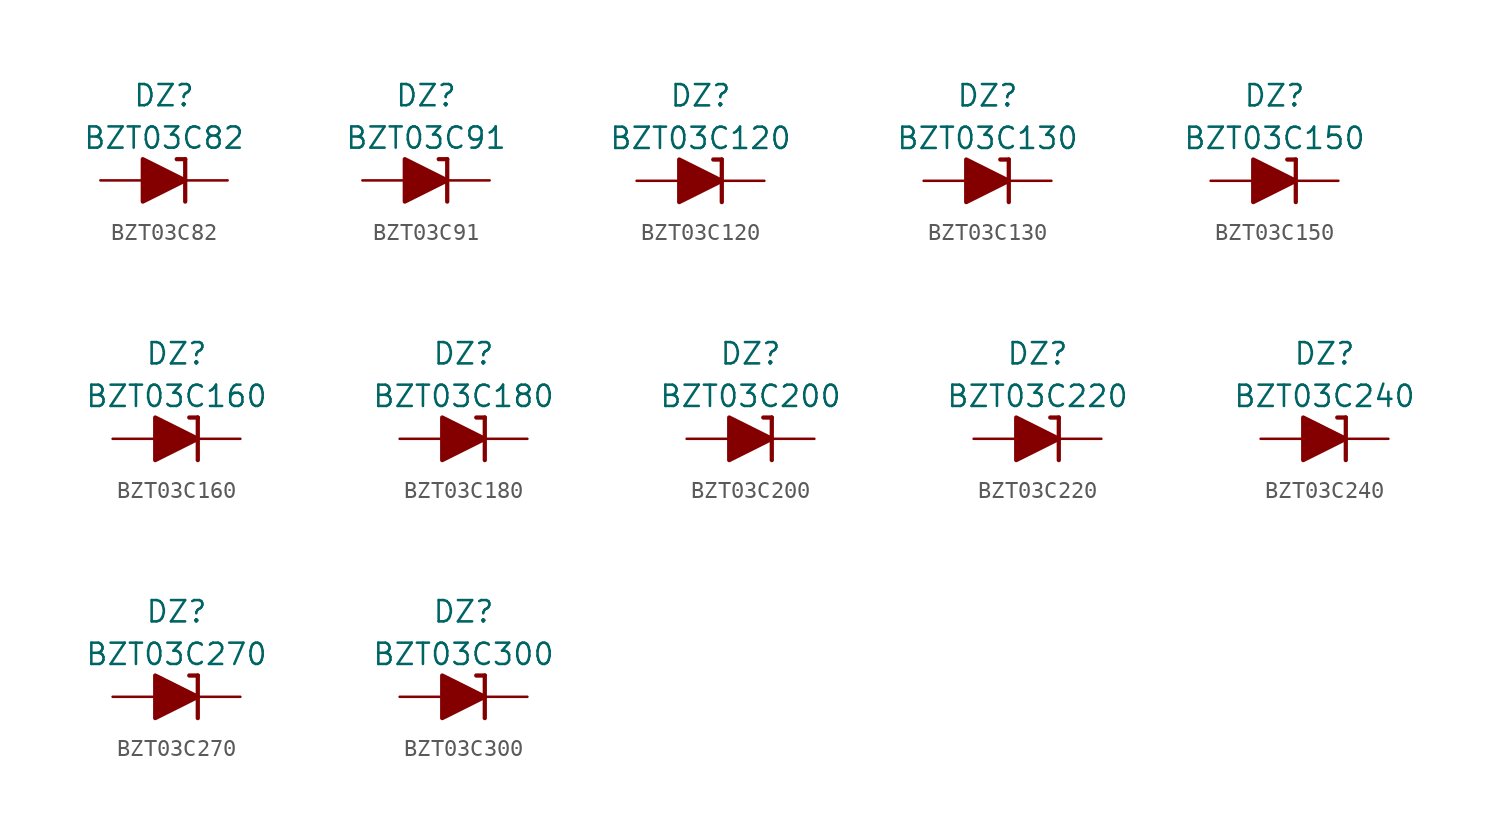
<source format=kicad_sym>
(kicad_symbol_lib
  (version 20211014)
  (generator kicad_symbol_editor)
  (symbol "BZT03C82"
    (pin_numbers hide)
    (pin_names
      (offset 1.016) hide)
    (property "Reference" "DZ"
      (at 0 5.08 0)
      (effects (font (size 1.27 1.27))))
    (property "Value" "BZT03C82"
      (at 0 2.54 0)
      (effects (font (size 1.27 1.27))))
    (symbol "BZT03C82_0_1"
      (polyline (pts (xy -1.27 0) (xy 1.27 0)) (stroke (width 0) (type default) (color 0 0 0 0)) (fill (type none)))
      (polyline (pts (xy 1.27 1.27) (xy 0.762 1.27)) (stroke (width 0.254) (type default) (color 0 0 0 0)) (fill (type none)))
      (polyline (pts (xy 1.27 1.27) (xy 1.27 -1.27)) (stroke (width 0.254) (type default) (color 0 0 0 0)) (fill (type none)))
      (polyline (pts (xy -1.27 -1.27) (xy -1.27 1.27) (xy 1.27 0) (xy -1.27 -1.27)) (stroke (width 0.254) (type default) (color 0 0 0 0)) (fill (type outline))))
    (symbol "BZT03C82_1_1"
      (pin passive line (at 3.81 0 180) (length 2.54) (name "K" (effects (font (size 1.27 1.27)))) (number "1" (effects (font (size 1.27 1.27)))))
      (pin passive line (at -3.81 0 0) (length 2.54) (name "A" (effects (font (size 1.27 1.27)))) (number "2" (effects (font (size 1.27 1.27)))))))
  (symbol "BZT03C91"
    (pin_numbers hide)
    (pin_names
      (offset 1.016) hide)
    (property "Reference" "DZ"
      (at 0 5.08 0)
      (effects (font (size 1.27 1.27))))
    (property "Value" "BZT03C91"
      (at 0 2.54 0)
      (effects (font (size 1.27 1.27))))
    (symbol "BZT03C91_0_1"
      (polyline (pts (xy -1.27 0) (xy 1.27 0)) (stroke (width 0) (type default) (color 0 0 0 0)) (fill (type none)))
      (polyline (pts (xy 1.27 1.27) (xy 0.762 1.27)) (stroke (width 0.254) (type default) (color 0 0 0 0)) (fill (type none)))
      (polyline (pts (xy 1.27 1.27) (xy 1.27 -1.27)) (stroke (width 0.254) (type default) (color 0 0 0 0)) (fill (type none)))
      (polyline (pts (xy -1.27 -1.27) (xy -1.27 1.27) (xy 1.27 0) (xy -1.27 -1.27)) (stroke (width 0.254) (type default) (color 0 0 0 0)) (fill (type outline))))
    (symbol "BZT03C91_1_1"
      (pin passive line (at 3.81 0 180) (length 2.54) (name "K" (effects (font (size 1.27 1.27)))) (number "1" (effects (font (size 1.27 1.27)))))
      (pin passive line (at -3.81 0 0) (length 2.54) (name "A" (effects (font (size 1.27 1.27)))) (number "2" (effects (font (size 1.27 1.27)))))))
  (symbol "BZT03C120"
    (pin_numbers hide)
    (pin_names
      (offset 1.016) hide)
    (property "Reference" "DZ"
      (at 0 5.08 0)
      (effects (font (size 1.27 1.27))))
    (property "Value" "BZT03C120"
      (at 0 2.54 0)
      (effects (font (size 1.27 1.27))))
    (symbol "BZT03C120_0_1"
      (polyline (pts (xy -1.27 0) (xy 1.27 0)) (stroke (width 0) (type default) (color 0 0 0 0)) (fill (type none)))
      (polyline (pts (xy 1.27 1.27) (xy 0.762 1.27)) (stroke (width 0.254) (type default) (color 0 0 0 0)) (fill (type none)))
      (polyline (pts (xy 1.27 1.27) (xy 1.27 -1.27)) (stroke (width 0.254) (type default) (color 0 0 0 0)) (fill (type none)))
      (polyline (pts (xy -1.27 -1.27) (xy -1.27 1.27) (xy 1.27 0) (xy -1.27 -1.27)) (stroke (width 0.254) (type default) (color 0 0 0 0)) (fill (type outline))))
    (symbol "BZT03C120_1_1"
      (pin passive line (at 3.81 0 180) (length 2.54) (name "K" (effects (font (size 1.27 1.27)))) (number "1" (effects (font (size 1.27 1.27)))))
      (pin passive line (at -3.81 0 0) (length 2.54) (name "A" (effects (font (size 1.27 1.27)))) (number "2" (effects (font (size 1.27 1.27)))))))
  (symbol "BZT03C130"
    (pin_numbers hide)
    (pin_names
      (offset 1.016) hide)
    (property "Reference" "DZ"
      (at 0 5.08 0)
      (effects (font (size 1.27 1.27))))
    (property "Value" "BZT03C130"
      (at 0 2.54 0)
      (effects (font (size 1.27 1.27))))
    (symbol "BZT03C130_0_1"
      (polyline (pts (xy -1.27 0) (xy 1.27 0)) (stroke (width 0) (type default) (color 0 0 0 0)) (fill (type none)))
      (polyline (pts (xy 1.27 1.27) (xy 0.762 1.27)) (stroke (width 0.254) (type default) (color 0 0 0 0)) (fill (type none)))
      (polyline (pts (xy 1.27 1.27) (xy 1.27 -1.27)) (stroke (width 0.254) (type default) (color 0 0 0 0)) (fill (type none)))
      (polyline (pts (xy -1.27 -1.27) (xy -1.27 1.27) (xy 1.27 0) (xy -1.27 -1.27)) (stroke (width 0.254) (type default) (color 0 0 0 0)) (fill (type outline))))
    (symbol "BZT03C130_1_1"
      (pin passive line (at 3.81 0 180) (length 2.54) (name "K" (effects (font (size 1.27 1.27)))) (number "1" (effects (font (size 1.27 1.27)))))
      (pin passive line (at -3.81 0 0) (length 2.54) (name "A" (effects (font (size 1.27 1.27)))) (number "2" (effects (font (size 1.27 1.27)))))))
  (symbol "BZT03C150"
    (pin_numbers hide)
    (pin_names
      (offset 1.016) hide)
    (property "Reference" "DZ"
      (at 0 5.08 0)
      (effects (font (size 1.27 1.27))))
    (property "Value" "BZT03C150"
      (at 0 2.54 0)
      (effects (font (size 1.27 1.27))))
    (symbol "BZT03C150_0_1"
      (polyline (pts (xy -1.27 0) (xy 1.27 0)) (stroke (width 0) (type default) (color 0 0 0 0)) (fill (type none)))
      (polyline (pts (xy 1.27 1.27) (xy 0.762 1.27)) (stroke (width 0.254) (type default) (color 0 0 0 0)) (fill (type none)))
      (polyline (pts (xy 1.27 1.27) (xy 1.27 -1.27)) (stroke (width 0.254) (type default) (color 0 0 0 0)) (fill (type none)))
      (polyline (pts (xy -1.27 -1.27) (xy -1.27 1.27) (xy 1.27 0) (xy -1.27 -1.27)) (stroke (width 0.254) (type default) (color 0 0 0 0)) (fill (type outline))))
    (symbol "BZT03C150_1_1"
      (pin passive line (at 3.81 0 180) (length 2.54) (name "K" (effects (font (size 1.27 1.27)))) (number "1" (effects (font (size 1.27 1.27)))))
      (pin passive line (at -3.81 0 0) (length 2.54) (name "A" (effects (font (size 1.27 1.27)))) (number "2" (effects (font (size 1.27 1.27)))))))
  (symbol "BZT03C160"
    (pin_numbers hide)
    (pin_names
      (offset 1.016) hide)
    (property "Reference" "DZ"
      (at 0 5.08 0)
      (effects (font (size 1.27 1.27))))
    (property "Value" "BZT03C160"
      (at 0 2.54 0)
      (effects (font (size 1.27 1.27))))
    (symbol "BZT03C160_0_1"
      (polyline (pts (xy -1.27 0) (xy 1.27 0)) (stroke (width 0) (type default) (color 0 0 0 0)) (fill (type none)))
      (polyline (pts (xy 1.27 1.27) (xy 0.762 1.27)) (stroke (width 0.254) (type default) (color 0 0 0 0)) (fill (type none)))
      (polyline (pts (xy 1.27 1.27) (xy 1.27 -1.27)) (stroke (width 0.254) (type default) (color 0 0 0 0)) (fill (type none)))
      (polyline (pts (xy -1.27 -1.27) (xy -1.27 1.27) (xy 1.27 0) (xy -1.27 -1.27)) (stroke (width 0.254) (type default) (color 0 0 0 0)) (fill (type outline))))
    (symbol "BZT03C160_1_1"
      (pin passive line (at 3.81 0 180) (length 2.54) (name "K" (effects (font (size 1.27 1.27)))) (number "1" (effects (font (size 1.27 1.27)))))
      (pin passive line (at -3.81 0 0) (length 2.54) (name "A" (effects (font (size 1.27 1.27)))) (number "2" (effects (font (size 1.27 1.27)))))))
  (symbol "BZT03C180"
    (pin_numbers hide)
    (pin_names
      (offset 1.016) hide)
    (property "Reference" "DZ"
      (at 0 5.08 0)
      (effects (font (size 1.27 1.27))))
    (property "Value" "BZT03C180"
      (at 0 2.54 0)
      (effects (font (size 1.27 1.27))))
    (symbol "BZT03C180_0_1"
      (polyline (pts (xy -1.27 0) (xy 1.27 0)) (stroke (width 0) (type default) (color 0 0 0 0)) (fill (type none)))
      (polyline (pts (xy 1.27 1.27) (xy 0.762 1.27)) (stroke (width 0.254) (type default) (color 0 0 0 0)) (fill (type none)))
      (polyline (pts (xy 1.27 1.27) (xy 1.27 -1.27)) (stroke (width 0.254) (type default) (color 0 0 0 0)) (fill (type none)))
      (polyline (pts (xy -1.27 -1.27) (xy -1.27 1.27) (xy 1.27 0) (xy -1.27 -1.27)) (stroke (width 0.254) (type default) (color 0 0 0 0)) (fill (type outline))))
    (symbol "BZT03C180_1_1"
      (pin passive line (at 3.81 0 180) (length 2.54) (name "K" (effects (font (size 1.27 1.27)))) (number "1" (effects (font (size 1.27 1.27)))))
      (pin passive line (at -3.81 0 0) (length 2.54) (name "A" (effects (font (size 1.27 1.27)))) (number "2" (effects (font (size 1.27 1.27)))))))
  (symbol "BZT03C200"
    (pin_numbers hide)
    (pin_names
      (offset 1.016) hide)
    (property "Reference" "DZ"
      (at 0 5.08 0)
      (effects (font (size 1.27 1.27))))
    (property "Value" "BZT03C200"
      (at 0 2.54 0)
      (effects (font (size 1.27 1.27))))
    (symbol "BZT03C200_0_1"
      (polyline (pts (xy -1.27 0) (xy 1.27 0)) (stroke (width 0) (type default) (color 0 0 0 0)) (fill (type none)))
      (polyline (pts (xy 1.27 1.27) (xy 0.762 1.27)) (stroke (width 0.254) (type default) (color 0 0 0 0)) (fill (type none)))
      (polyline (pts (xy 1.27 1.27) (xy 1.27 -1.27)) (stroke (width 0.254) (type default) (color 0 0 0 0)) (fill (type none)))
      (polyline (pts (xy -1.27 -1.27) (xy -1.27 1.27) (xy 1.27 0) (xy -1.27 -1.27)) (stroke (width 0.254) (type default) (color 0 0 0 0)) (fill (type outline))))
    (symbol "BZT03C200_1_1"
      (pin passive line (at 3.81 0 180) (length 2.54) (name "K" (effects (font (size 1.27 1.27)))) (number "1" (effects (font (size 1.27 1.27)))))
      (pin passive line (at -3.81 0 0) (length 2.54) (name "A" (effects (font (size 1.27 1.27)))) (number "2" (effects (font (size 1.27 1.27)))))))
  (symbol "BZT03C220"
    (pin_numbers hide)
    (pin_names
      (offset 1.016) hide)
    (property "Reference" "DZ"
      (at 0 5.08 0)
      (effects (font (size 1.27 1.27))))
    (property "Value" "BZT03C220"
      (at 0 2.54 0)
      (effects (font (size 1.27 1.27))))
    (symbol "BZT03C220_0_1"
      (polyline (pts (xy -1.27 0) (xy 1.27 0)) (stroke (width 0) (type default) (color 0 0 0 0)) (fill (type none)))
      (polyline (pts (xy 1.27 1.27) (xy 0.762 1.27)) (stroke (width 0.254) (type default) (color 0 0 0 0)) (fill (type none)))
      (polyline (pts (xy 1.27 1.27) (xy 1.27 -1.27)) (stroke (width 0.254) (type default) (color 0 0 0 0)) (fill (type none)))
      (polyline (pts (xy -1.27 -1.27) (xy -1.27 1.27) (xy 1.27 0) (xy -1.27 -1.27)) (stroke (width 0.254) (type default) (color 0 0 0 0)) (fill (type outline))))
    (symbol "BZT03C220_1_1"
      (pin passive line (at 3.81 0 180) (length 2.54) (name "K" (effects (font (size 1.27 1.27)))) (number "1" (effects (font (size 1.27 1.27)))))
      (pin passive line (at -3.81 0 0) (length 2.54) (name "A" (effects (font (size 1.27 1.27)))) (number "2" (effects (font (size 1.27 1.27)))))))
  (symbol "BZT03C240"
    (pin_numbers hide)
    (pin_names
      (offset 1.016) hide)
    (property "Reference" "DZ"
      (at 0 5.08 0)
      (effects (font (size 1.27 1.27))))
    (property "Value" "BZT03C240"
      (at 0 2.54 0)
      (effects (font (size 1.27 1.27))))
    (symbol "BZT03C240_0_1"
      (polyline (pts (xy -1.27 0) (xy 1.27 0)) (stroke (width 0) (type default) (color 0 0 0 0)) (fill (type none)))
      (polyline (pts (xy 1.27 1.27) (xy 0.762 1.27)) (stroke (width 0.254) (type default) (color 0 0 0 0)) (fill (type none)))
      (polyline (pts (xy 1.27 1.27) (xy 1.27 -1.27)) (stroke (width 0.254) (type default) (color 0 0 0 0)) (fill (type none)))
      (polyline (pts (xy -1.27 -1.27) (xy -1.27 1.27) (xy 1.27 0) (xy -1.27 -1.27)) (stroke (width 0.254) (type default) (color 0 0 0 0)) (fill (type outline))))
    (symbol "BZT03C240_1_1"
      (pin passive line (at 3.81 0 180) (length 2.54) (name "K" (effects (font (size 1.27 1.27)))) (number "1" (effects (font (size 1.27 1.27)))))
      (pin passive line (at -3.81 0 0) (length 2.54) (name "A" (effects (font (size 1.27 1.27)))) (number "2" (effects (font (size 1.27 1.27)))))))
  (symbol "BZT03C270"
    (pin_numbers hide)
    (pin_names
      (offset 1.016) hide)
    (property "Reference" "DZ"
      (at 0 5.08 0)
      (effects (font (size 1.27 1.27))))
    (property "Value" "BZT03C270"
      (at 0 2.54 0)
      (effects (font (size 1.27 1.27))))
    (symbol "BZT03C270_0_1"
      (polyline (pts (xy -1.27 0) (xy 1.27 0)) (stroke (width 0) (type default) (color 0 0 0 0)) (fill (type none)))
      (polyline (pts (xy 1.27 1.27) (xy 0.762 1.27)) (stroke (width 0.254) (type default) (color 0 0 0 0)) (fill (type none)))
      (polyline (pts (xy 1.27 1.27) (xy 1.27 -1.27)) (stroke (width 0.254) (type default) (color 0 0 0 0)) (fill (type none)))
      (polyline (pts (xy -1.27 -1.27) (xy -1.27 1.27) (xy 1.27 0) (xy -1.27 -1.27)) (stroke (width 0.254) (type default) (color 0 0 0 0)) (fill (type outline))))
    (symbol "BZT03C270_1_1"
      (pin passive line (at 3.81 0 180) (length 2.54) (name "K" (effects (font (size 1.27 1.27)))) (number "1" (effects (font (size 1.27 1.27)))))
      (pin passive line (at -3.81 0 0) (length 2.54) (name "A" (effects (font (size 1.27 1.27)))) (number "2" (effects (font (size 1.27 1.27)))))))
  (symbol "BZT03C300"
    (pin_numbers hide)
    (pin_names
      (offset 1.016) hide)
    (property "Reference" "DZ"
      (at 0 5.08 0)
      (effects (font (size 1.27 1.27))))
    (property "Value" "BZT03C300"
      (at 0 2.54 0)
      (effects (font (size 1.27 1.27))))
    (symbol "BZT03C300_0_1"
      (polyline (pts (xy -1.27 0) (xy 1.27 0)) (stroke (width 0) (type default) (color 0 0 0 0)) (fill (type none)))
      (polyline (pts (xy 1.27 1.27) (xy 0.762 1.27)) (stroke (width 0.254) (type default) (color 0 0 0 0)) (fill (type none)))
      (polyline (pts (xy 1.27 1.27) (xy 1.27 -1.27)) (stroke (width 0.254) (type default) (color 0 0 0 0)) (fill (type none)))
      (polyline (pts (xy -1.27 -1.27) (xy -1.27 1.27) (xy 1.27 0) (xy -1.27 -1.27)) (stroke (width 0.254) (type default) (color 0 0 0 0)) (fill (type outline))))
    (symbol "BZT03C300_1_1"
      (pin passive line (at 3.81 0 180) (length 2.54) (name "K" (effects (font (size 1.27 1.27)))) (number "1" (effects (font (size 1.27 1.27)))))
      (pin passive line (at -3.81 0 0) (length 2.54) (name "A" (effects (font (size 1.27 1.27)))) (number "2" (effects (font (size 1.27 1.27))))))))
</source>
